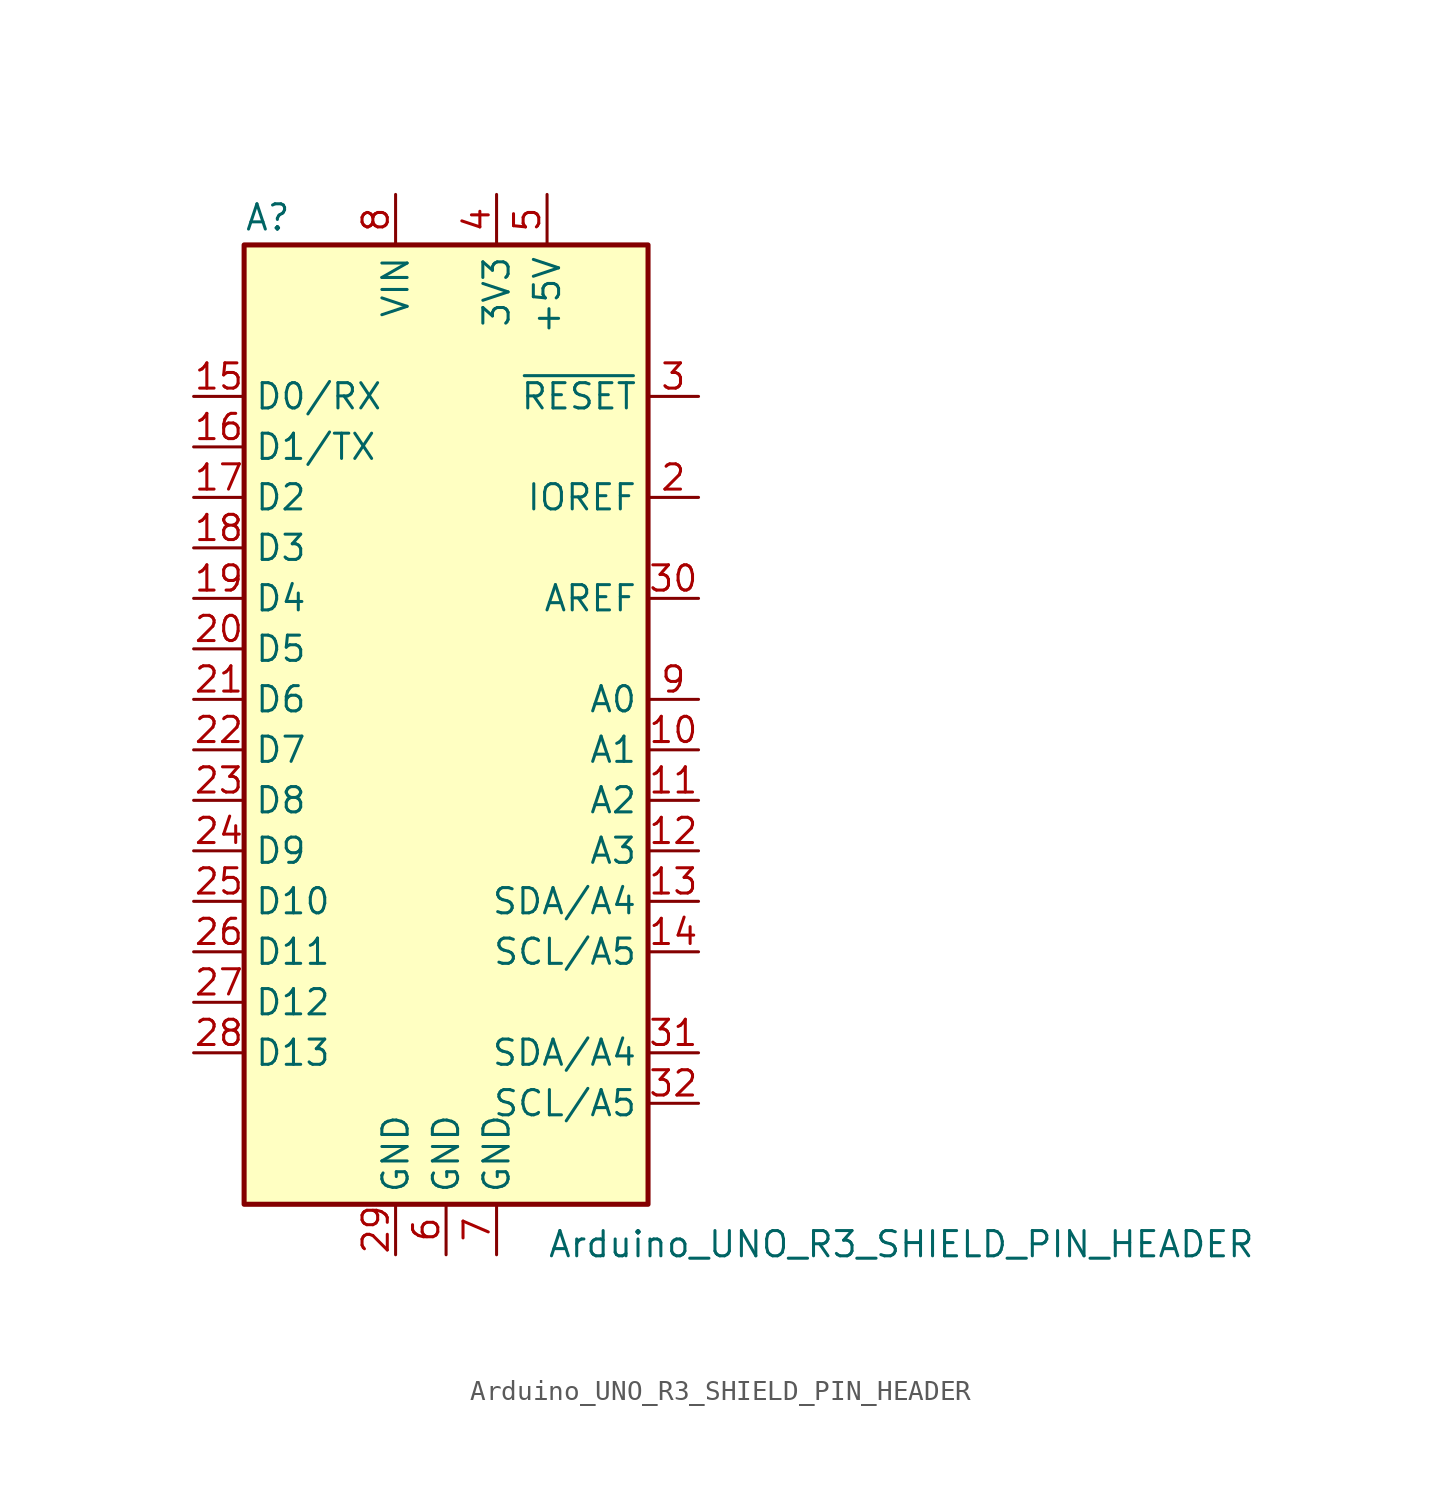
<source format=kicad_sym>
(kicad_symbol_lib
  (version 20211014)
  (generator kicad_symbol_editor)
  (symbol "Arduino_UNO_R3_SHIELD_PIN_HEADER"
    (property "Reference" "A"
      (at -10.16 23.495 0)
      (effects (font (size 1.27 1.27)) (justify left bottom)))
    (property "Value" "Arduino_UNO_R3_SHIELD_PIN_HEADER"
      (at 5.08 -26.67 0)
      (effects (font (size 1.27 1.27)) (justify left top)))
    (symbol "Arduino_UNO_R3_SHIELD_PIN_HEADER_0_1"
      (rectangle (start -10.16 22.86) (end 10.16 -25.4) (stroke (width 0.254) (type default) (color 0 0 0 0)) (fill (type background))))
    (symbol "Arduino_UNO_R3_SHIELD_PIN_HEADER_1_1"
      (pin no_connect line (at -10.16 -20.32 0) (length 2.54) hide (name "NC" (effects (font (size 1.27 1.27)))) (number "1" (effects (font (size 1.27 1.27)))))
      (pin bidirectional line (at 12.7 -2.54 180) (length 2.54) (name "A1" (effects (font (size 1.27 1.27)))) (number "10" (effects (font (size 1.27 1.27)))))
      (pin bidirectional line (at 12.7 -5.08 180) (length 2.54) (name "A2" (effects (font (size 1.27 1.27)))) (number "11" (effects (font (size 1.27 1.27)))))
      (pin bidirectional line (at 12.7 -7.62 180) (length 2.54) (name "A3" (effects (font (size 1.27 1.27)))) (number "12" (effects (font (size 1.27 1.27)))))
      (pin bidirectional line (at 12.7 -10.16 180) (length 2.54) (name "SDA/A4" (effects (font (size 1.27 1.27)))) (number "13" (effects (font (size 1.27 1.27)))))
      (pin bidirectional line (at 12.7 -12.7 180) (length 2.54) (name "SCL/A5" (effects (font (size 1.27 1.27)))) (number "14" (effects (font (size 1.27 1.27)))))
      (pin bidirectional line (at -12.7 15.24 0) (length 2.54) (name "D0/RX" (effects (font (size 1.27 1.27)))) (number "15" (effects (font (size 1.27 1.27)))))
      (pin bidirectional line (at -12.7 12.7 0) (length 2.54) (name "D1/TX" (effects (font (size 1.27 1.27)))) (number "16" (effects (font (size 1.27 1.27)))))
      (pin bidirectional line (at -12.7 10.16 0) (length 2.54) (name "D2" (effects (font (size 1.27 1.27)))) (number "17" (effects (font (size 1.27 1.27)))))
      (pin bidirectional line (at -12.7 7.62 0) (length 2.54) (name "D3" (effects (font (size 1.27 1.27)))) (number "18" (effects (font (size 1.27 1.27)))))
      (pin bidirectional line (at -12.7 5.08 0) (length 2.54) (name "D4" (effects (font (size 1.27 1.27)))) (number "19" (effects (font (size 1.27 1.27)))))
      (pin output line (at 12.7 10.16 180) (length 2.54) (name "IOREF" (effects (font (size 1.27 1.27)))) (number "2" (effects (font (size 1.27 1.27)))))
      (pin bidirectional line (at -12.7 2.54 0) (length 2.54) (name "D5" (effects (font (size 1.27 1.27)))) (number "20" (effects (font (size 1.27 1.27)))))
      (pin bidirectional line (at -12.7 0 0) (length 2.54) (name "D6" (effects (font (size 1.27 1.27)))) (number "21" (effects (font (size 1.27 1.27)))))
      (pin bidirectional line (at -12.7 -2.54 0) (length 2.54) (name "D7" (effects (font (size 1.27 1.27)))) (number "22" (effects (font (size 1.27 1.27)))))
      (pin bidirectional line (at -12.7 -5.08 0) (length 2.54) (name "D8" (effects (font (size 1.27 1.27)))) (number "23" (effects (font (size 1.27 1.27)))))
      (pin bidirectional line (at -12.7 -7.62 0) (length 2.54) (name "D9" (effects (font (size 1.27 1.27)))) (number "24" (effects (font (size 1.27 1.27)))))
      (pin bidirectional line (at -12.7 -10.16 0) (length 2.54) (name "D10" (effects (font (size 1.27 1.27)))) (number "25" (effects (font (size 1.27 1.27)))))
      (pin bidirectional line (at -12.7 -12.7 0) (length 2.54) (name "D11" (effects (font (size 1.27 1.27)))) (number "26" (effects (font (size 1.27 1.27)))))
      (pin bidirectional line (at -12.7 -15.24 0) (length 2.54) (name "D12" (effects (font (size 1.27 1.27)))) (number "27" (effects (font (size 1.27 1.27)))))
      (pin bidirectional line (at -12.7 -17.78 0) (length 2.54) (name "D13" (effects (font (size 1.27 1.27)))) (number "28" (effects (font (size 1.27 1.27)))))
      (pin power_in line (at -2.54 -27.94 90) (length 2.54) (name "GND" (effects (font (size 1.27 1.27)))) (number "29" (effects (font (size 1.27 1.27)))))
      (pin input line (at 12.7 15.24 180) (length 2.54) (name "~{RESET}" (effects (font (size 1.27 1.27)))) (number "3" (effects (font (size 1.27 1.27)))))
      (pin input line (at 12.7 5.08 180) (length 2.54) (name "AREF" (effects (font (size 1.27 1.27)))) (number "30" (effects (font (size 1.27 1.27)))))
      (pin bidirectional line (at 12.7 -17.78 180) (length 2.54) (name "SDA/A4" (effects (font (size 1.27 1.27)))) (number "31" (effects (font (size 1.27 1.27)))))
      (pin bidirectional line (at 12.7 -20.32 180) (length 2.54) (name "SCL/A5" (effects (font (size 1.27 1.27)))) (number "32" (effects (font (size 1.27 1.27)))))
      (pin power_out line (at 2.54 25.4 270) (length 2.54) (name "3V3" (effects (font (size 1.27 1.27)))) (number "4" (effects (font (size 1.27 1.27)))))
      (pin power_out line (at 5.08 25.4 270) (length 2.54) (name "+5V" (effects (font (size 1.27 1.27)))) (number "5" (effects (font (size 1.27 1.27)))))
      (pin power_in line (at 0 -27.94 90) (length 2.54) (name "GND" (effects (font (size 1.27 1.27)))) (number "6" (effects (font (size 1.27 1.27)))))
      (pin power_in line (at 2.54 -27.94 90) (length 2.54) (name "GND" (effects (font (size 1.27 1.27)))) (number "7" (effects (font (size 1.27 1.27)))))
      (pin power_in line (at -2.54 25.4 270) (length 2.54) (name "VIN" (effects (font (size 1.27 1.27)))) (number "8" (effects (font (size 1.27 1.27)))))
      (pin bidirectional line (at 12.7 0 180) (length 2.54) (name "A0" (effects (font (size 1.27 1.27)))) (number "9" (effects (font (size 1.27 1.27))))))))
</source>
